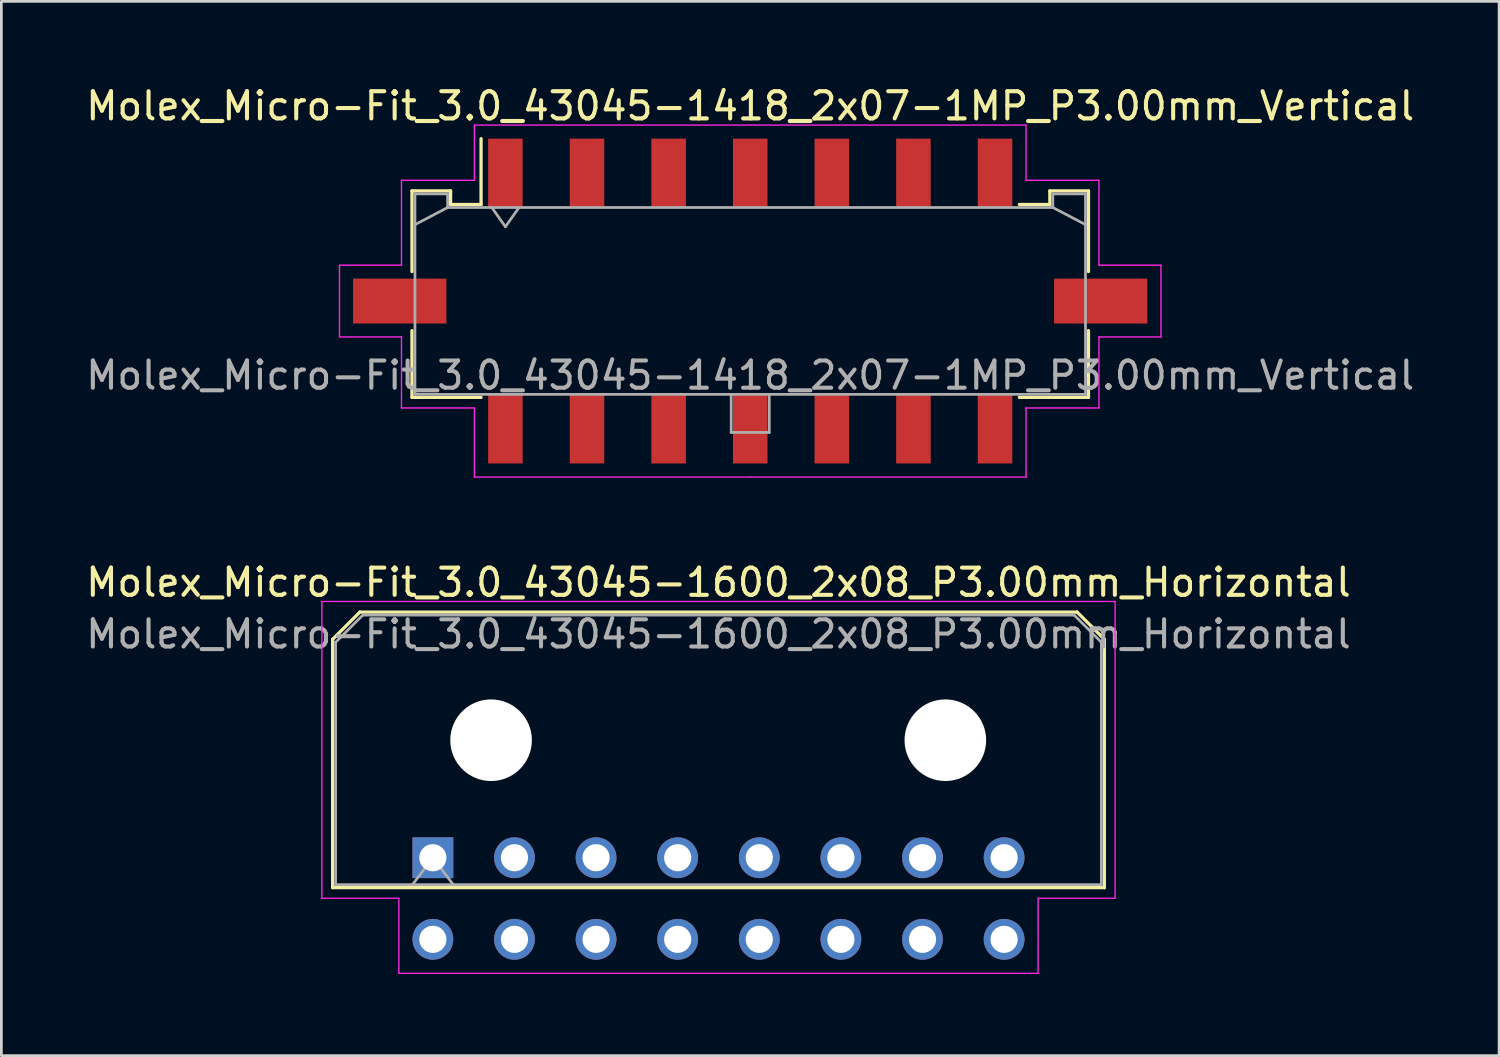
<source format=kicad_pcb>
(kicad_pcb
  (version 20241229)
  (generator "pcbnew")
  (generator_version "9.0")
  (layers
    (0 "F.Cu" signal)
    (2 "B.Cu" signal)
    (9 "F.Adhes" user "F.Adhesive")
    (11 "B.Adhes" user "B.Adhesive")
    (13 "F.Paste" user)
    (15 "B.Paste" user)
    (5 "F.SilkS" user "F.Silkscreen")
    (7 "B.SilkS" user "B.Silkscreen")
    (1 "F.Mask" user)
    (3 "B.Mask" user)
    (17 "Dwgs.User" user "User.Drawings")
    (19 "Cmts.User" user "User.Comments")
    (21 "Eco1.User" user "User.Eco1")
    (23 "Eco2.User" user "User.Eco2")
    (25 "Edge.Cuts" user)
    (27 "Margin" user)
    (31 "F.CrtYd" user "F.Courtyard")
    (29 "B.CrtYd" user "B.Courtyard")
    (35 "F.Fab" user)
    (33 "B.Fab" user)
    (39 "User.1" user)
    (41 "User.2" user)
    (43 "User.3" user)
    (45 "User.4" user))
  (footprint "Molex_Micro-Fit_3.0_43045-1418_2x07-1MP_P3.00mm_Vertical"
    (layer "F.Cu")
    (at 24.53 8.018)
    (property "Reference" "Molex_Micro-Fit_3.0_43045-1418_2x07-1MP_P3.00mm_Vertical" (at 0 -7.17 0) (layer "F.SilkS") (effects (font (size 1 1) (thickness 0.15))))
    (attr smd)
    (fp_line (start -12.435 -4.05) (end -11.015 -4.05) (stroke (width 0.12) (type solid)) (layer "F.SilkS"))
    (fp_line (start -12.435 -1.085) (end -12.435 -4.05) (stroke (width 0.12) (type solid)) (layer "F.SilkS"))
    (fp_line (start -12.435 1.085) (end -12.435 3.54) (stroke (width 0.12) (type solid)) (layer "F.SilkS"))
    (fp_line (start -12.435 3.54) (end -9.895 3.54) (stroke (width 0.12) (type solid)) (layer "F.SilkS"))
    (fp_line (start -11.015 -4.05) (end -11.015 -3.55) (stroke (width 0.12) (type solid)) (layer "F.SilkS"))
    (fp_line (start -11.015 -3.55) (end -9.895 -3.55) (stroke (width 0.12) (type solid)) (layer "F.SilkS"))
    (fp_line (start -9.895 -3.55) (end -9.895 -5.97) (stroke (width 0.12) (type solid)) (layer "F.SilkS"))
    (fp_line (start 11.015 -4.05) (end 11.015 -3.55) (stroke (width 0.12) (type solid)) (layer "F.SilkS"))
    (fp_line (start 11.015 -3.55) (end 9.895 -3.55) (stroke (width 0.12) (type solid)) (layer "F.SilkS"))
    (fp_line (start 12.435 -4.05) (end 11.015 -4.05) (stroke (width 0.12) (type solid)) (layer "F.SilkS"))
    (fp_line (start 12.435 -1.085) (end 12.435 -4.05) (stroke (width 0.12) (type solid)) (layer "F.SilkS"))
    (fp_line (start 12.435 1.085) (end 12.435 3.54) (stroke (width 0.12) (type solid)) (layer "F.SilkS"))
    (fp_line (start 12.435 3.54) (end 9.895 3.54) (stroke (width 0.12) (type solid)) (layer "F.SilkS"))
    (fp_line (start -15.1 -1.32) (end -15.1 1.32) (stroke (width 0.05) (type solid)) (layer "F.CrtYd"))
    (fp_line (start -15.1 1.32) (end -12.82 1.32) (stroke (width 0.05) (type solid)) (layer "F.CrtYd"))
    (fp_line (start -12.82 -4.44) (end -12.82 -1.32) (stroke (width 0.05) (type solid)) (layer "F.CrtYd"))
    (fp_line (start -12.82 -1.32) (end -15.1 -1.32) (stroke (width 0.05) (type solid)) (layer "F.CrtYd"))
    (fp_line (start -12.82 1.32) (end -12.82 3.93) (stroke (width 0.05) (type solid)) (layer "F.CrtYd"))
    (fp_line (start -12.82 3.93) (end -10.14 3.93) (stroke (width 0.05) (type solid)) (layer "F.CrtYd"))
    (fp_line (start -10.14 -6.47) (end -10.14 -4.44) (stroke (width 0.05) (type solid)) (layer "F.CrtYd"))
    (fp_line (start -10.14 -4.44) (end -12.82 -4.44) (stroke (width 0.05) (type solid)) (layer "F.CrtYd"))
    (fp_line (start -10.14 3.93) (end -10.14 6.47) (stroke (width 0.05) (type solid)) (layer "F.CrtYd"))
    (fp_line (start -10.14 6.47) (end 0 6.47) (stroke (width 0.05) (type solid)) (layer "F.CrtYd"))
    (fp_line (start 0 -6.47) (end -10.14 -6.47) (stroke (width 0.05) (type solid)) (layer "F.CrtYd"))
    (fp_line (start 0 -6.47) (end 10.14 -6.47) (stroke (width 0.05) (type solid)) (layer "F.CrtYd"))
    (fp_line (start 10.14 -6.47) (end 10.14 -4.44) (stroke (width 0.05) (type solid)) (layer "F.CrtYd"))
    (fp_line (start 10.14 -4.44) (end 12.82 -4.44) (stroke (width 0.05) (type solid)) (layer "F.CrtYd"))
    (fp_line (start 10.14 3.93) (end 10.14 6.47) (stroke (width 0.05) (type solid)) (layer "F.CrtYd"))
    (fp_line (start 10.14 6.47) (end 0 6.47) (stroke (width 0.05) (type solid)) (layer "F.CrtYd"))
    (fp_line (start 12.82 -4.44) (end 12.82 -1.32) (stroke (width 0.05) (type solid)) (layer "F.CrtYd"))
    (fp_line (start 12.82 -1.32) (end 15.1 -1.32) (stroke (width 0.05) (type solid)) (layer "F.CrtYd"))
    (fp_line (start 12.82 1.32) (end 12.82 3.93) (stroke (width 0.05) (type solid)) (layer "F.CrtYd"))
    (fp_line (start 12.82 3.93) (end 10.14 3.93) (stroke (width 0.05) (type solid)) (layer "F.CrtYd"))
    (fp_line (start 15.1 -1.32) (end 15.1 1.32) (stroke (width 0.05) (type solid)) (layer "F.CrtYd"))
    (fp_line (start 15.1 1.32) (end 12.82 1.32) (stroke (width 0.05) (type solid)) (layer "F.CrtYd"))
    (fp_line (start -12.325 -3.94) (end -12.325 3.43) (stroke (width 0.1) (type solid)) (layer "F.Fab"))
    (fp_line (start -12.325 -2.81) (end -11.125 -3.44) (stroke (width 0.1) (type solid)) (layer "F.Fab"))
    (fp_line (start -12.325 3.43) (end 12.325 3.43) (stroke (width 0.1) (type solid)) (layer "F.Fab"))
    (fp_line (start -11.125 -3.94) (end -12.325 -3.94) (stroke (width 0.1) (type solid)) (layer "F.Fab"))
    (fp_line (start -11.125 -3.44) (end -11.125 -3.94) (stroke (width 0.1) (type solid)) (layer "F.Fab"))
    (fp_line (start -9.5 -3.44) (end -9 -2.733) (stroke (width 0.1) (type solid)) (layer "F.Fab"))
    (fp_line (start -9 -2.733) (end -8.5 -3.44) (stroke (width 0.1) (type solid)) (layer "F.Fab"))
    (fp_line (start -0.7 3.43) (end -0.7 4.83) (stroke (width 0.1) (type solid)) (layer "F.Fab"))
    (fp_line (start -0.7 4.83) (end 0.7 4.83) (stroke (width 0.1) (type solid)) (layer "F.Fab"))
    (fp_line (start 0.7 4.83) (end 0.7 3.43) (stroke (width 0.1) (type solid)) (layer "F.Fab"))
    (fp_line (start 11.125 -3.94) (end 11.125 -3.44) (stroke (width 0.1) (type solid)) (layer "F.Fab"))
    (fp_line (start 11.125 -3.44) (end -11.125 -3.44) (stroke (width 0.1) (type solid)) (layer "F.Fab"))
    (fp_line (start 12.325 -3.94) (end 11.125 -3.94) (stroke (width 0.1) (type solid)) (layer "F.Fab"))
    (fp_line (start 12.325 -2.81) (end 11.125 -3.44) (stroke (width 0.1) (type solid)) (layer "F.Fab"))
    (fp_line (start 12.325 3.43) (end 12.325 -3.94) (stroke (width 0.1) (type solid)) (layer "F.Fab"))
    (fp_text user "${REFERENCE}" (at 0 2.73 0) (layer "F.Fab") (effects (font (size 1 1) (thickness 0.15))))
    (pad "1" smd rect (at -9 -4.7) (size 1.27 2.54) (layers "F.Cu" "F.Mask" "F.Paste"))
    (pad "2" smd rect (at -6 -4.7) (size 1.27 2.54) (layers "F.Cu" "F.Mask" "F.Paste"))
    (pad "3" smd rect (at -3 -4.7) (size 1.27 2.54) (layers "F.Cu" "F.Mask" "F.Paste"))
    (pad "4" smd rect (at 0 -4.7) (size 1.27 2.54) (layers "F.Cu" "F.Mask" "F.Paste"))
    (pad "5" smd rect (at 3 -4.7) (size 1.27 2.54) (layers "F.Cu" "F.Mask" "F.Paste"))
    (pad "6" smd rect (at 6 -4.7) (size 1.27 2.54) (layers "F.Cu" "F.Mask" "F.Paste"))
    (pad "7" smd rect (at 9 -4.7) (size 1.27 2.54) (layers "F.Cu" "F.Mask" "F.Paste"))
    (pad "8" smd rect (at -9 4.7) (size 1.27 2.54) (layers "F.Cu" "F.Mask" "F.Paste"))
    (pad "9" smd rect (at -6 4.7) (size 1.27 2.54) (layers "F.Cu" "F.Mask" "F.Paste"))
    (pad "10" smd rect (at -3 4.7) (size 1.27 2.54) (layers "F.Cu" "F.Mask" "F.Paste"))
    (pad "11" smd rect (at 0 4.7) (size 1.27 2.54) (layers "F.Cu" "F.Mask" "F.Paste"))
    (pad "12" smd rect (at 3 4.7) (size 1.27 2.54) (layers "F.Cu" "F.Mask" "F.Paste"))
    (pad "13" smd rect (at 6 4.7) (size 1.27 2.54) (layers "F.Cu" "F.Mask" "F.Paste"))
    (pad "14" smd rect (at 9 4.7) (size 1.27 2.54) (layers "F.Cu" "F.Mask" "F.Paste"))
    (pad "MP" smd rect (at -12.885 0) (size 3.43 1.65) (layers "F.Cu" "F.Mask" "F.Paste"))
    (pad "MP" smd rect (at 12.885 0) (size 3.43 1.65) (layers "F.Cu" "F.Mask" "F.Paste")))
  (footprint "Molex_Micro-Fit_3.0_43045-1600_2x08_P3.00mm_Horizontal"
    (layer "F.Cu")
    (at 12.863 28.482)
    (property "Reference" "Molex_Micro-Fit_3.0_43045-1600_2x08_P3.00mm_Horizontal" (at 10.5 -10.12 0) (layer "F.SilkS") (effects (font (size 1 1) (thickness 0.15))))
    (attr through_hole)
    (fp_line (start -3.685 -8.03) (end -2.685 -9.03) (stroke (width 0.12) (type solid)) (layer "F.SilkS"))
    (fp_line (start -3.685 1.1) (end -3.685 -8.03) (stroke (width 0.12) (type solid)) (layer "F.SilkS"))
    (fp_line (start -2.685 -9.03) (end 23.685 -9.03) (stroke (width 0.12) (type solid)) (layer "F.SilkS"))
    (fp_line (start 23.685 -9.03) (end 24.685 -8.03) (stroke (width 0.12) (type solid)) (layer "F.SilkS"))
    (fp_line (start 24.685 -8.03) (end 24.685 1.1) (stroke (width 0.12) (type solid)) (layer "F.SilkS"))
    (fp_line (start 24.685 1.1) (end -3.685 1.1) (stroke (width 0.12) (type solid)) (layer "F.SilkS"))
    (fp_line (start -4.08 -9.42) (end 25.08 -9.42) (stroke (width 0.05) (type solid)) (layer "F.CrtYd"))
    (fp_line (start -4.08 1.49) (end -4.08 -9.42) (stroke (width 0.05) (type solid)) (layer "F.CrtYd"))
    (fp_line (start -1.25 1.49) (end -4.08 1.49) (stroke (width 0.05) (type solid)) (layer "F.CrtYd"))
    (fp_line (start -1.25 4.25) (end -1.25 1.49) (stroke (width 0.05) (type solid)) (layer "F.CrtYd"))
    (fp_line (start 22.25 1.49) (end 22.25 4.25) (stroke (width 0.05) (type solid)) (layer "F.CrtYd"))
    (fp_line (start 22.25 4.25) (end -1.25 4.25) (stroke (width 0.05) (type solid)) (layer "F.CrtYd"))
    (fp_line (start 25.08 -9.42) (end 25.08 1.49) (stroke (width 0.05) (type solid)) (layer "F.CrtYd"))
    (fp_line (start 25.08 1.49) (end 22.25 1.49) (stroke (width 0.05) (type solid)) (layer "F.CrtYd"))
    (fp_line (start -3.575 -7.92) (end -2.575 -8.92) (stroke (width 0.1) (type solid)) (layer "F.Fab"))
    (fp_line (start -3.575 0.99) (end -3.575 -7.92) (stroke (width 0.1) (type solid)) (layer "F.Fab"))
    (fp_line (start -2.575 -8.92) (end 23.575 -8.92) (stroke (width 0.1) (type solid)) (layer "F.Fab"))
    (fp_line (start -0.75 0.99) (end 0 0) (stroke (width 0.1) (type solid)) (layer "F.Fab"))
    (fp_line (start 0 0) (end 0.75 0.99) (stroke (width 0.1) (type solid)) (layer "F.Fab"))
    (fp_line (start 23.575 -8.92) (end 24.575 -7.92) (stroke (width 0.1) (type solid)) (layer "F.Fab"))
    (fp_line (start 24.575 -7.92) (end 24.575 0.99) (stroke (width 0.1) (type solid)) (layer "F.Fab"))
    (fp_line (start 24.575 0.99) (end -3.575 0.99) (stroke (width 0.1) (type solid)) (layer "F.Fab"))
    (fp_text user "${REFERENCE}" (at 10.5 -8.22 0) (layer "F.Fab") (effects (font (size 1 1) (thickness 0.15))))
    (pad "" np_thru_hole circle (at 2.14 -4.32) (size 3 3) (drill 3) (layers "*.Cu" "*.Mask"))
    (pad "" np_thru_hole circle (at 18.84 -4.32) (size 3 3) (drill 3) (layers "*.Cu" "*.Mask"))
    (pad "1" thru_hole rect (at 0 0) (size 1.5 1.5) (drill 1) (layers "*.Cu" "*.Mask"))
    (pad "2" thru_hole circle (at 3 0) (size 1.5 1.5) (drill 1) (layers "*.Cu" "*.Mask"))
    (pad "3" thru_hole circle (at 6 0) (size 1.5 1.5) (drill 1) (layers "*.Cu" "*.Mask"))
    (pad "4" thru_hole circle (at 9 0) (size 1.5 1.5) (drill 1) (layers "*.Cu" "*.Mask"))
    (pad "5" thru_hole circle (at 12 0) (size 1.5 1.5) (drill 1) (layers "*.Cu" "*.Mask"))
    (pad "6" thru_hole circle (at 15 0) (size 1.5 1.5) (drill 1) (layers "*.Cu" "*.Mask"))
    (pad "7" thru_hole circle (at 18 0) (size 1.5 1.5) (drill 1) (layers "*.Cu" "*.Mask"))
    (pad "8" thru_hole circle (at 21 0) (size 1.5 1.5) (drill 1) (layers "*.Cu" "*.Mask"))
    (pad "9" thru_hole circle (at 0 3) (size 1.5 1.5) (drill 1) (layers "*.Cu" "*.Mask"))
    (pad "10" thru_hole circle (at 3 3) (size 1.5 1.5) (drill 1) (layers "*.Cu" "*.Mask"))
    (pad "11" thru_hole circle (at 6 3) (size 1.5 1.5) (drill 1) (layers "*.Cu" "*.Mask"))
    (pad "12" thru_hole circle (at 9 3) (size 1.5 1.5) (drill 1) (layers "*.Cu" "*.Mask"))
    (pad "13" thru_hole circle (at 12 3) (size 1.5 1.5) (drill 1) (layers "*.Cu" "*.Mask"))
    (pad "14" thru_hole circle (at 15 3) (size 1.5 1.5) (drill 1) (layers "*.Cu" "*.Mask"))
    (pad "15" thru_hole circle (at 18 3) (size 1.5 1.5) (drill 1) (layers "*.Cu" "*.Mask"))
    (pad "16" thru_hole circle (at 21 3) (size 1.5 1.5) (drill 1) (layers "*.Cu" "*.Mask")))
  (gr_rect
    (start -3 -3)
    (end 52.06 35.757)
    (stroke (width 0.1) (type default))
    (fill no)
    (layer "Edge.Cuts")))
</source>
